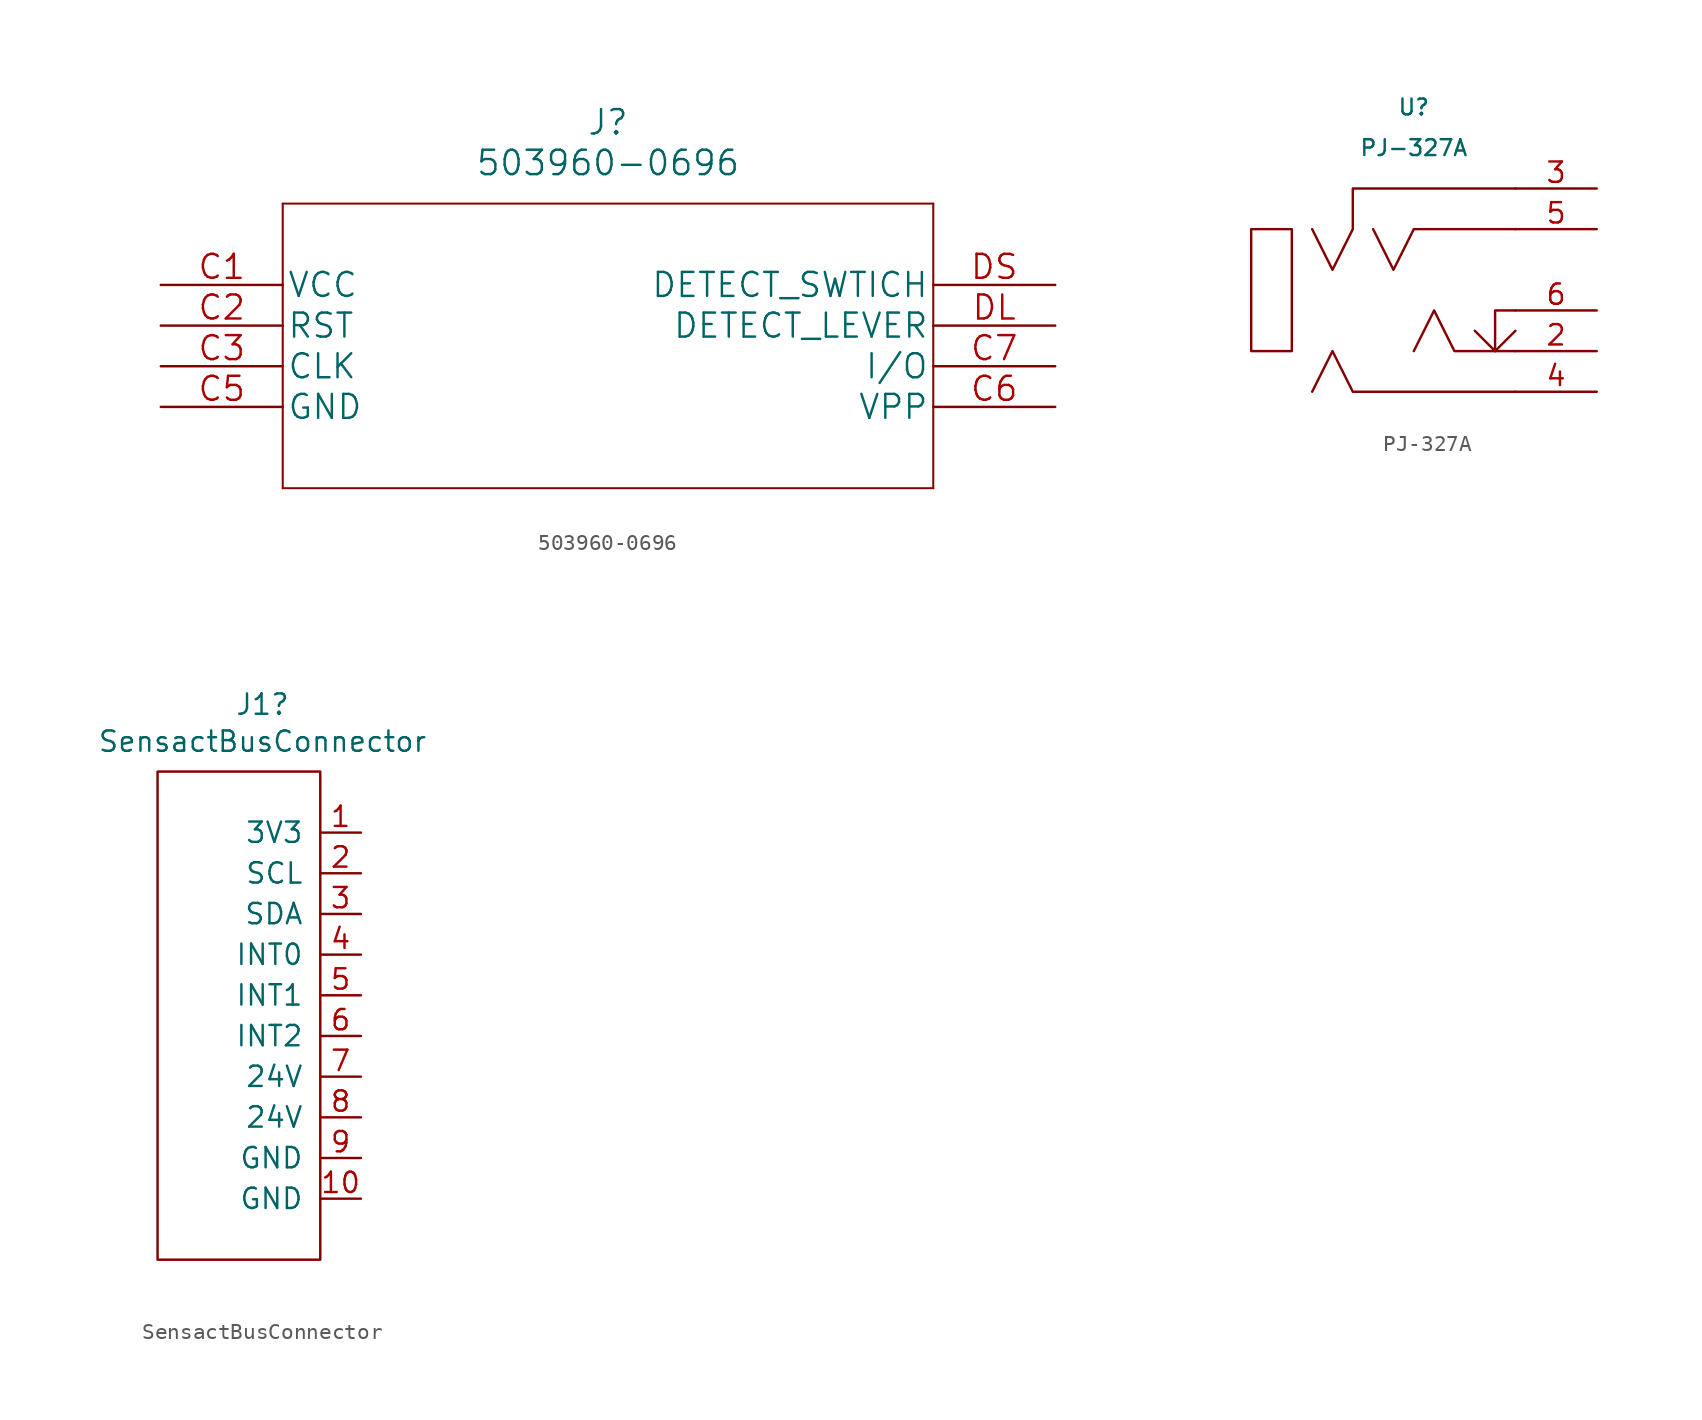
<source format=kicad_sym>
(kicad_symbol_lib
  (version 20211014)
  (generator kicad_symbol_editor)
  (symbol "503960-0696"
    (pin_names
      (offset 0.254))
    (property "Reference" "J"
      (at 27.94 10.16 0)
      (effects (font (size 1.524 1.524))))
    (property "Value" "503960-0696"
      (at 27.94 7.62 0)
      (effects (font (size 1.524 1.524))))
    (property "Datasheet" ""
      (at 0 0 0)
      (effects (font (size 1.524 1.524))))
    (symbol "503960-0696_1_1"
      (polyline (pts (xy 7.62 -12.7) (xy 48.26 -12.7)) (stroke (width 0.127) (type default) (color 0 0 0 0)) (fill (type none)))
      (polyline (pts (xy 7.62 5.08) (xy 7.62 -12.7)) (stroke (width 0.127) (type default) (color 0 0 0 0)) (fill (type none)))
      (polyline (pts (xy 48.26 -12.7) (xy 48.26 5.08)) (stroke (width 0.127) (type default) (color 0 0 0 0)) (fill (type none)))
      (polyline (pts (xy 48.26 5.08) (xy 7.62 5.08)) (stroke (width 0.127) (type default) (color 0 0 0 0)) (fill (type none)))
      (pin unspecified line (at 0 0 0) (length 7.62) (name "VCC" (effects (font (size 1.499 1.499)))) (number "C1" (effects (font (size 1.499 1.499)))))
      (pin unspecified line (at 0 -2.54 0) (length 7.62) (name "RST" (effects (font (size 1.499 1.499)))) (number "C2" (effects (font (size 1.499 1.499)))))
      (pin unspecified line (at 0 -5.08 0) (length 7.62) (name "CLK" (effects (font (size 1.499 1.499)))) (number "C3" (effects (font (size 1.499 1.499)))))
      (pin unspecified line (at 0 -7.62 0) (length 7.62) (name "GND" (effects (font (size 1.499 1.499)))) (number "C5" (effects (font (size 1.499 1.499)))))
      (pin unspecified line (at 55.88 -7.62 180) (length 7.62) (name "VPP" (effects (font (size 1.499 1.499)))) (number "C6" (effects (font (size 1.499 1.499)))))
      (pin unspecified line (at 55.88 -5.08 180) (length 7.62) (name "I/O" (effects (font (size 1.499 1.499)))) (number "C7" (effects (font (size 1.499 1.499)))))
      (pin unspecified line (at 55.88 -2.54 180) (length 7.62) (name "DETECT_LEVER" (effects (font (size 1.499 1.499)))) (number "DL" (effects (font (size 1.499 1.499)))))
      (pin unspecified line (at 55.88 0 180) (length 7.62) (name "DETECT_SWTICH" (effects (font (size 1.499 1.499)))) (number "DS" (effects (font (size 1.499 1.499)))))))
  (symbol "PJ-327A"
    (pin_names
      (offset 1.016))
    (property "Reference" "U"
      (at -1.27 12.7 0)
      (effects (font (size 0.991 0.991))))
    (property "Value" "PJ-327A"
      (at -1.27 10.16 0)
      (effects (font (size 0.991 0.991))))
    (symbol "PJ-327A_0_1"
      (rectangle (start -8.89 5.08) (end -11.43 -2.54) (stroke (width 0) (type default) (color 0 0 0 0)) (fill (type none)))
      (polyline (pts (xy 3.81 -2.54) (xy 5.08 -1.27)) (stroke (width 0) (type default) (color 0 0 0 0)) (fill (type none)))
      (polyline (pts (xy -3.81 5.08) (xy -2.54 2.54) (xy -1.27 5.08) (xy 5.08 5.08)) (stroke (width 0) (type default) (color 0 0 0 0)) (fill (type none)))
      (polyline (pts (xy 5.08 -5.08) (xy -5.08 -5.08) (xy -6.35 -2.54) (xy -7.62 -5.08)) (stroke (width 0) (type default) (color 0 0 0 0)) (fill (type none)))
      (polyline (pts (xy 5.08 -2.54) (xy 1.27 -2.54) (xy 0 0) (xy -1.27 -2.54)) (stroke (width 0) (type default) (color 0 0 0 0)) (fill (type none)))
      (polyline (pts (xy 5.08 0) (xy 3.81 0) (xy 3.81 -2.54) (xy 2.54 -1.27)) (stroke (width 0) (type default) (color 0 0 0 0)) (fill (type none)))
      (polyline (pts (xy -7.62 5.08) (xy -6.35 2.54) (xy -5.08 5.08) (xy -5.08 7.62) (xy 5.08 7.62)) (stroke (width 0) (type default) (color 0 0 0 0)) (fill (type none))))
    (symbol "PJ-327A_1_1"
      (pin output line (at 10.16 -2.54 180) (length 5.08) (name "~" (effects (font (size 1.27 1.27)))) (number "2" (effects (font (size 1.27 1.27)))))
      (pin output line (at 10.16 7.62 180) (length 5.08) (name "~" (effects (font (size 1.27 1.27)))) (number "3" (effects (font (size 1.27 1.27)))))
      (pin output line (at 10.16 -5.08 180) (length 5.08) (name "~" (effects (font (size 1.27 1.27)))) (number "4" (effects (font (size 1.27 1.27)))))
      (pin output line (at 10.16 5.08 180) (length 5.08) (name "~" (effects (font (size 1.27 1.27)))) (number "5" (effects (font (size 1.27 1.27)))))
      (pin output line (at 10.16 0 180) (length 5.08) (name "~" (effects (font (size 1.27 1.27)))) (number "6" (effects (font (size 1.27 1.27)))))))
  (symbol "SensactBusConnector"
    (pin_names
      (offset 1.016))
    (property "Reference" "J1"
      (at 1.473 19.431 0)
      (effects (font (size 1.27 1.27))))
    (property "Value" "SensactBusConnector"
      (at 1.473 17.12 0)
      (effects (font (size 1.27 1.27))))
    (symbol "SensactBusConnector_0_1"
      (rectangle (start -5.08 15.24) (end 5.08 -15.24) (stroke (width 0) (type default) (color 0 0 0 0)) (fill (type none))))
    (symbol "SensactBusConnector_1_1"
      (pin power_in line (at 7.62 11.43 180) (length 2.54) (name "3V3" (effects (font (size 1.27 1.27)))) (number "1" (effects (font (size 1.27 1.27)))))
      (pin power_in line (at 7.62 -11.43 180) (length 2.54) (name "GND" (effects (font (size 1.27 1.27)))) (number "10" (effects (font (size 1.27 1.27)))))
      (pin output line (at 7.62 8.89 180) (length 2.54) (name "SCL" (effects (font (size 1.27 1.27)))) (number "2" (effects (font (size 1.27 1.27)))))
      (pin bidirectional line (at 7.62 6.35 180) (length 2.54) (name "SDA" (effects (font (size 1.27 1.27)))) (number "3" (effects (font (size 1.27 1.27)))))
      (pin bidirectional line (at 7.62 3.81 180) (length 2.54) (name "INT0" (effects (font (size 1.27 1.27)))) (number "4" (effects (font (size 1.27 1.27)))))
      (pin bidirectional line (at 7.62 1.27 180) (length 2.54) (name "INT1" (effects (font (size 1.27 1.27)))) (number "5" (effects (font (size 1.27 1.27)))))
      (pin bidirectional line (at 7.62 -1.27 180) (length 2.54) (name "INT2" (effects (font (size 1.27 1.27)))) (number "6" (effects (font (size 1.27 1.27)))))
      (pin power_in line (at 7.62 -3.81 180) (length 2.54) (name "24V" (effects (font (size 1.27 1.27)))) (number "7" (effects (font (size 1.27 1.27)))))
      (pin power_in line (at 7.62 -6.35 180) (length 2.54) (name "24V" (effects (font (size 1.27 1.27)))) (number "8" (effects (font (size 1.27 1.27)))))
      (pin power_in line (at 7.62 -8.89 180) (length 2.54) (name "GND" (effects (font (size 1.27 1.27)))) (number "9" (effects (font (size 1.27 1.27))))))))
</source>
